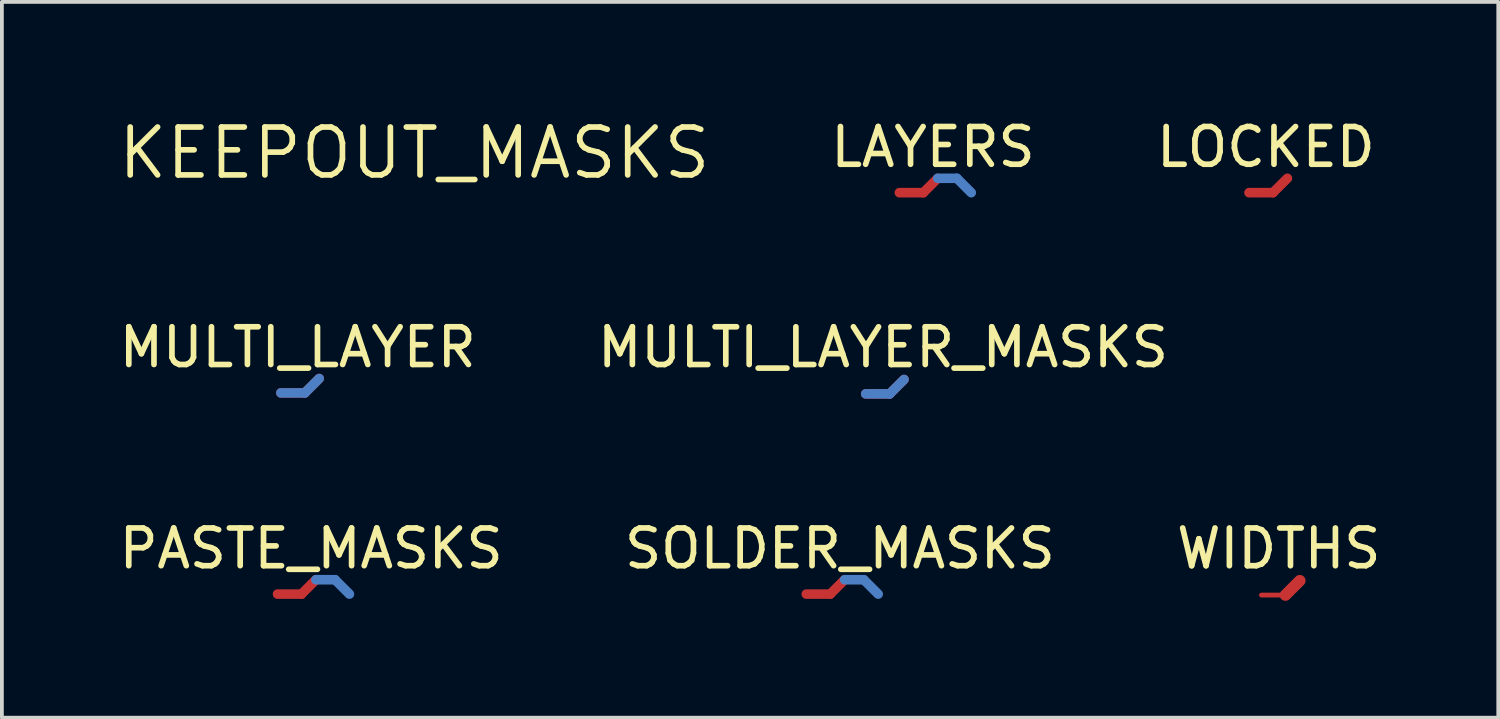
<source format=kicad_pcb>
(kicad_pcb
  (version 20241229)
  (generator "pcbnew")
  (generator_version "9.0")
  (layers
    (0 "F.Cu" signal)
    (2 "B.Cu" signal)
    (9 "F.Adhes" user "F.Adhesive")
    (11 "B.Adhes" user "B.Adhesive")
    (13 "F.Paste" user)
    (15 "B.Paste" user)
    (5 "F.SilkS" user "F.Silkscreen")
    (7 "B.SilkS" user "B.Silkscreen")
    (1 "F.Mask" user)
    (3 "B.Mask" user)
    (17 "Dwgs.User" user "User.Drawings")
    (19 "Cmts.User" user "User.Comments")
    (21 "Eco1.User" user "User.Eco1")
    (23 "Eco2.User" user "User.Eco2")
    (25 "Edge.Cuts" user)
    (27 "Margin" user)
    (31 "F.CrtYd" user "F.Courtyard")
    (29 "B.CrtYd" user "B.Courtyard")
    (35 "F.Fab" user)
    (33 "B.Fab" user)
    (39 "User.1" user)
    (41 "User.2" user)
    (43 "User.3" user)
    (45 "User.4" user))
  (footprint "MULTI_LAYER_MASKS"
    (layer "F.Cu")
    (at 19.892 7.388)
    (property "Reference" "MULTI_LAYER_MASKS" (at 0.459 -1.233 0) (unlocked yes) (layer "F.SilkS") (effects (font (size 1 1) (thickness 0.15))))
    (fp_line (start 0 0) (end 0.635 0) (stroke (width 0.254) (type solid)) (layer "F.Cu"))
    (fp_line (start 0.635 0) (end 1.016 -0.381) (stroke (width 0.254) (type solid)) (layer "F.Cu"))
    (fp_line (start 0 0) (end 0.635 0) (stroke (width 0.305) (type solid)) (layer "F.Mask"))
    (fp_line (start 0 0) (end 0.635 0) (stroke (width 0.254) (type solid)) (layer "B.Cu"))
    (fp_line (start 0.635 0) (end 1.016 -0.381) (stroke (width 0.254) (type solid)) (layer "B.Cu"))
    (fp_line (start 0 0) (end 0.635 0) (stroke (width 0.305) (type solid)) (layer "B.Mask"))
    (fp_line (start 0 0) (end 0.635 0) (stroke (width 0.254) (type solid)) (layer "In1.Cu"))
    (fp_line (start 0.635 0) (end 1.016 -0.381) (stroke (width 0.254) (type solid)) (layer "In1.Cu"))
    (fp_line (start 0 0) (end 0.635 0) (stroke (width 0.254) (type solid)) (layer "In2.Cu"))
    (fp_line (start 0.635 0) (end 1.016 -0.381) (stroke (width 0.254) (type solid)) (layer "In2.Cu"))
    (fp_line (start 0 0) (end 0.635 0) (stroke (width 0.254) (type solid)) (layer "In3.Cu"))
    (fp_line (start 0.635 0) (end 1.016 -0.381) (stroke (width 0.254) (type solid)) (layer "In3.Cu"))
    (fp_line (start 0 0) (end 0.635 0) (stroke (width 0.254) (type solid)) (layer "In4.Cu"))
    (fp_line (start 0.635 0) (end 1.016 -0.381) (stroke (width 0.254) (type solid)) (layer "In4.Cu"))
    (fp_line (start 0 0) (end 0.635 0) (stroke (width 0.254) (type solid)) (layer "In5.Cu"))
    (fp_line (start 0.635 0) (end 1.016 -0.381) (stroke (width 0.254) (type solid)) (layer "In5.Cu"))
    (fp_line (start 0.635 0) (end 1.016 -0.381) (stroke (width 0.305) (type solid)) (layer "F.Paste"))
    (fp_line (start 0 0) (end 0.635 0) (stroke (width 0.254) (type solid)) (layer "In6.Cu"))
    (fp_line (start 0.635 0) (end 1.016 -0.381) (stroke (width 0.254) (type solid)) (layer "In6.Cu"))
    (fp_line (start 0.635 0) (end 1.016 -0.381) (stroke (width 0.305) (type solid)) (layer "B.Paste"))
    (fp_line (start 0 0) (end 0.635 0) (stroke (width 0.254) (type solid)) (layer "In7.Cu"))
    (fp_line (start 0.635 0) (end 1.016 -0.381) (stroke (width 0.254) (type solid)) (layer "In7.Cu"))
    (fp_line (start 0 0) (end 0.635 0) (stroke (width 0.254) (type solid)) (layer "In8.Cu"))
    (fp_line (start 0.635 0) (end 1.016 -0.381) (stroke (width 0.254) (type solid)) (layer "In8.Cu"))
    (fp_line (start 0 0) (end 0.635 0) (stroke (width 0.254) (type solid)) (layer "In9.Cu"))
    (fp_line (start 0.635 0) (end 1.016 -0.381) (stroke (width 0.254) (type solid)) (layer "In9.Cu"))
    (fp_line (start 0 0) (end 0.635 0) (stroke (width 0.254) (type solid)) (layer "In10.Cu"))
    (fp_line (start 0.635 0) (end 1.016 -0.381) (stroke (width 0.254) (type solid)) (layer "In10.Cu"))
    (fp_line (start 0 0) (end 0.635 0) (stroke (width 0.254) (type solid)) (layer "In11.Cu"))
    (fp_line (start 0.635 0) (end 1.016 -0.381) (stroke (width 0.254) (type solid)) (layer "In11.Cu"))
    (fp_line (start 0 0) (end 0.635 0) (stroke (width 0.254) (type solid)) (layer "In12.Cu"))
    (fp_line (start 0.635 0) (end 1.016 -0.381) (stroke (width 0.254) (type solid)) (layer "In12.Cu"))
    (fp_line (start 0 0) (end 0.635 0) (stroke (width 0.254) (type solid)) (layer "In13.Cu"))
    (fp_line (start 0.635 0) (end 1.016 -0.381) (stroke (width 0.254) (type solid)) (layer "In13.Cu"))
    (fp_line (start 0 0) (end 0.635 0) (stroke (width 0.254) (type solid)) (layer "In14.Cu"))
    (fp_line (start 0.635 0) (end 1.016 -0.381) (stroke (width 0.254) (type solid)) (layer "In14.Cu"))
    (fp_line (start 0 0) (end 0.635 0) (stroke (width 0.254) (type solid)) (layer "In15.Cu"))
    (fp_line (start 0.635 0) (end 1.016 -0.381) (stroke (width 0.254) (type solid)) (layer "In15.Cu"))
    (fp_line (start 0 0) (end 0.635 0) (stroke (width 0.254) (type solid)) (layer "In16.Cu"))
    (fp_line (start 0.635 0) (end 1.016 -0.381) (stroke (width 0.254) (type solid)) (layer "In16.Cu"))
    (fp_line (start 0 0) (end 0.635 0) (stroke (width 0.254) (type solid)) (layer "In17.Cu"))
    (fp_line (start 0.635 0) (end 1.016 -0.381) (stroke (width 0.254) (type solid)) (layer "In17.Cu"))
    (fp_line (start 0 0) (end 0.635 0) (stroke (width 0.254) (type solid)) (layer "In18.Cu"))
    (fp_line (start 0.635 0) (end 1.016 -0.381) (stroke (width 0.254) (type solid)) (layer "In18.Cu"))
    (fp_line (start 0 0) (end 0.635 0) (stroke (width 0.254) (type solid)) (layer "In19.Cu"))
    (fp_line (start 0.635 0) (end 1.016 -0.381) (stroke (width 0.254) (type solid)) (layer "In19.Cu"))
    (fp_line (start 0 0) (end 0.635 0) (stroke (width 0.254) (type solid)) (layer "In20.Cu"))
    (fp_line (start 0.635 0) (end 1.016 -0.381) (stroke (width 0.254) (type solid)) (layer "In20.Cu"))
    (fp_line (start 0 0) (end 0.635 0) (stroke (width 0.254) (type solid)) (layer "In21.Cu"))
    (fp_line (start 0.635 0) (end 1.016 -0.381) (stroke (width 0.254) (type solid)) (layer "In21.Cu"))
    (fp_line (start 0 0) (end 0.635 0) (stroke (width 0.254) (type solid)) (layer "In22.Cu"))
    (fp_line (start 0.635 0) (end 1.016 -0.381) (stroke (width 0.254) (type solid)) (layer "In22.Cu"))
    (fp_line (start 0 0) (end 0.635 0) (stroke (width 0.254) (type solid)) (layer "In23.Cu"))
    (fp_line (start 0.635 0) (end 1.016 -0.381) (stroke (width 0.254) (type solid)) (layer "In23.Cu"))
    (fp_line (start 0 0) (end 0.635 0) (stroke (width 0.254) (type solid)) (layer "In24.Cu"))
    (fp_line (start 0.635 0) (end 1.016 -0.381) (stroke (width 0.254) (type solid)) (layer "In24.Cu"))
    (fp_line (start 0 0) (end 0.635 0) (stroke (width 0.254) (type solid)) (layer "In25.Cu"))
    (fp_line (start 0.635 0) (end 1.016 -0.381) (stroke (width 0.254) (type solid)) (layer "In25.Cu"))
    (fp_line (start 0 0) (end 0.635 0) (stroke (width 0.254) (type solid)) (layer "In26.Cu"))
    (fp_line (start 0.635 0) (end 1.016 -0.381) (stroke (width 0.254) (type solid)) (layer "In26.Cu"))
    (fp_line (start 0 0) (end 0.635 0) (stroke (width 0.254) (type solid)) (layer "In27.Cu"))
    (fp_line (start 0.635 0) (end 1.016 -0.381) (stroke (width 0.254) (type solid)) (layer "In27.Cu"))
    (fp_line (start 0 0) (end 0.635 0) (stroke (width 0.254) (type solid)) (layer "In28.Cu"))
    (fp_line (start 0.635 0) (end 1.016 -0.381) (stroke (width 0.254) (type solid)) (layer "In28.Cu"))
    (fp_line (start 0 0) (end 0.635 0) (stroke (width 0.254) (type solid)) (layer "In29.Cu"))
    (fp_line (start 0.635 0) (end 1.016 -0.381) (stroke (width 0.254) (type solid)) (layer "In29.Cu"))
    (fp_line (start 0 0) (end 0.635 0) (stroke (width 0.254) (type solid)) (layer "In30.Cu"))
    (fp_line (start 0.635 0) (end 1.016 -0.381) (stroke (width 0.254) (type solid)) (layer "In30.Cu")))
  (footprint "KEEPOUT_MASKS"
    (layer "F.Cu")
    (at 7.93 1.006)
    (property "Reference" "KEEPOUT_MASKS" (at 0 0 0) (layer "F.SilkS") (effects (font (size 1.27 1.27) (thickness 0.15))))
    (fp_line (start 0 0) (end 0.635 0) (stroke (width 0.356) (type solid)) (layer "F.Mask"))
    (fp_line (start 0.635 0) (end 1.016 -0.381) (stroke (width 0.356) (type solid)) (layer "B.Paste"))
    (zone (net_name "") (layer "F.Cu") (hatch edge 0.508) (connect_pads) (min_thickness 0.254) (filled_areas_thickness no) (keepout (tracks not_allowed) (vias not_allowed) (pads not_allowed) (copperpour not_allowed) (footprints allowed)) (placement (enabled no)) (fill) (polygon (pts (xy 8.6 0.884) (xy 8.661 0.923) (xy 8.69 0.988) (xy 8.68 1.059) (xy 8.633 1.113) (xy 8.565 1.133) (xy 7.93 1.133) (xy 7.894 1.128) (xy 7.834 1.089) (xy 7.804 1.024) (xy 7.814 0.953) (xy 7.861 0.899) (xy 7.93 0.879) (xy 8.565 0.879))))
    (zone (net_name "") (layer "B.Cu") (hatch edge 0.508) (connect_pads) (min_thickness 0.254) (filled_areas_thickness no) (keepout (tracks not_allowed) (vias not_allowed) (pads not_allowed) (copperpour not_allowed) (footprints allowed)) (placement (enabled no)) (fill) (polygon (pts (xy 8.885 0.514) (xy 8.955 0.499) (xy 9.022 0.524) (xy 9.065 0.581) (xy 9.07 0.652) (xy 9.035 0.715) (xy 8.654 1.096) (xy 8.626 1.118) (xy 8.556 1.133) (xy 8.489 1.108) (xy 8.446 1.051) (xy 8.441 0.979) (xy 8.475 0.916) (xy 8.856 0.535)))))
  (footprint "LOCKED"
    (layer "F.Cu")
    (at 30.05 2.056)
    (property "Reference" "LOCKED" (at 0.447 -1.208 0) (unlocked yes) (layer "F.SilkS") (effects (font (size 1 1) (thickness 0.15))))
    (fp_line (start 0 0) (end 0.635 0) (stroke (width 0.254) (type solid)) (layer "F.Cu"))
    (fp_line (start 0.635 0) (end 1.016 -0.381) (stroke (width 0.254) (type solid)) (layer "F.Cu")))
  (footprint "WIDTHS"
    (layer "F.Cu")
    (at 30.38 12.72)
    (property "Reference" "WIDTHS" (at 0.459 -1.233 0) (unlocked yes) (layer "F.SilkS") (effects (font (size 1 1) (thickness 0.15))))
    (fp_line (start 0 0) (end 0.635 0) (stroke (width 0.127) (type solid)) (layer "F.Cu"))
    (fp_line (start 0.635 0) (end 1.016 -0.381) (stroke (width 0.305) (type solid)) (layer "F.Cu")))
  (footprint "PASTE_MASKS"
    (layer "F.Cu")
    (at 4.305 12.694)
    (property "Reference" "PASTE_MASKS" (at 0.891 -1.208 0) (unlocked yes) (layer "F.SilkS") (effects (font (size 1 1) (thickness 0.15))))
    (fp_line (start 0 0) (end 0.635 0) (stroke (width 0.254) (type solid)) (layer "F.Cu"))
    (fp_line (start 0.635 0) (end 1.016 -0.381) (stroke (width 0.254) (type solid)) (layer "F.Cu"))
    (fp_line (start 1.016 -0.381) (end 1.524 -0.381) (stroke (width 0.254) (type solid)) (layer "B.Cu"))
    (fp_line (start 1.524 -0.381) (end 1.905 0) (stroke (width 0.254) (type solid)) (layer "B.Cu"))
    (fp_line (start 0 0) (end 0.635 0) (stroke (width 0.356) (type solid)) (layer "F.Paste"))
    (fp_line (start 0.635 0) (end 1.016 -0.381) (stroke (width 0.254) (type solid)) (layer "F.Paste"))
    (fp_line (start 1.016 -0.381) (end 1.524 -0.381) (stroke (width 0.152) (type solid)) (layer "B.Paste")))
  (footprint "LAYERS"
    (layer "F.Cu")
    (at 20.784 2.056)
    (property "Reference" "LAYERS" (at 0.891 -1.208 0) (unlocked yes) (layer "F.SilkS") (effects (font (size 1 1) (thickness 0.15))))
    (fp_line (start 0 0) (end 0.635 0) (stroke (width 0.254) (type solid)) (layer "F.Cu"))
    (fp_line (start 0.635 0) (end 1.016 -0.381) (stroke (width 0.254) (type solid)) (layer "F.Cu"))
    (fp_line (start 1.016 -0.381) (end 1.524 -0.381) (stroke (width 0.254) (type solid)) (layer "B.Cu"))
    (fp_line (start 1.524 -0.381) (end 1.905 0) (stroke (width 0.254) (type solid)) (layer "B.Cu")))
  (footprint "SOLDER_MASKS"
    (layer "F.Cu")
    (at 18.317 12.694)
    (property "Reference" "SOLDER_MASKS" (at 0.891 -1.208 0) (unlocked yes) (layer "F.SilkS") (effects (font (size 1 1) (thickness 0.15))))
    (fp_line (start 0 0) (end 0.635 0) (stroke (width 0.254) (type solid)) (layer "F.Cu"))
    (fp_line (start 0.635 0) (end 1.016 -0.381) (stroke (width 0.254) (type solid)) (layer "F.Cu"))
    (fp_line (start 0 0) (end 0.635 0) (stroke (width 0.356) (type solid)) (layer "F.Mask"))
    (fp_line (start 0.635 0) (end 1.016 -0.381) (stroke (width 0.254) (type solid)) (layer "F.Mask"))
    (fp_line (start 1.016 -0.381) (end 1.524 -0.381) (stroke (width 0.254) (type solid)) (layer "B.Cu"))
    (fp_line (start 1.524 -0.381) (end 1.905 0) (stroke (width 0.254) (type solid)) (layer "B.Cu"))
    (fp_line (start 1.016 -0.381) (end 1.524 -0.381) (stroke (width 0.152) (type solid)) (layer "B.Mask")))
  (footprint "MULTI_LAYER"
    (layer "F.Cu")
    (at 4.393 7.362)
    (property "Reference" "MULTI_LAYER" (at 0.447 -1.208 0) (unlocked yes) (layer "F.SilkS") (effects (font (size 1 1) (thickness 0.15))))
    (fp_line (start 0 0) (end 0.635 0) (stroke (width 0.254) (type solid)) (layer "F.Cu"))
    (fp_line (start 0.635 0) (end 1.016 -0.381) (stroke (width 0.254) (type solid)) (layer "F.Cu"))
    (fp_line (start 0 0) (end 0.635 0) (stroke (width 0.254) (type solid)) (layer "B.Cu"))
    (fp_line (start 0.635 0) (end 1.016 -0.381) (stroke (width 0.254) (type solid)) (layer "B.Cu"))
    (fp_line (start 0 0) (end 0.635 0) (stroke (width 0.254) (type solid)) (layer "In1.Cu"))
    (fp_line (start 0.635 0) (end 1.016 -0.381) (stroke (width 0.254) (type solid)) (layer "In1.Cu"))
    (fp_line (start 0 0) (end 0.635 0) (stroke (width 0.254) (type solid)) (layer "In2.Cu"))
    (fp_line (start 0.635 0) (end 1.016 -0.381) (stroke (width 0.254) (type solid)) (layer "In2.Cu"))
    (fp_line (start 0 0) (end 0.635 0) (stroke (width 0.254) (type solid)) (layer "In3.Cu"))
    (fp_line (start 0.635 0) (end 1.016 -0.381) (stroke (width 0.254) (type solid)) (layer "In3.Cu"))
    (fp_line (start 0 0) (end 0.635 0) (stroke (width 0.254) (type solid)) (layer "In4.Cu"))
    (fp_line (start 0.635 0) (end 1.016 -0.381) (stroke (width 0.254) (type solid)) (layer "In4.Cu"))
    (fp_line (start 0 0) (end 0.635 0) (stroke (width 0.254) (type solid)) (layer "In5.Cu"))
    (fp_line (start 0.635 0) (end 1.016 -0.381) (stroke (width 0.254) (type solid)) (layer "In5.Cu"))
    (fp_line (start 0 0) (end 0.635 0) (stroke (width 0.254) (type solid)) (layer "In6.Cu"))
    (fp_line (start 0.635 0) (end 1.016 -0.381) (stroke (width 0.254) (type solid)) (layer "In6.Cu"))
    (fp_line (start 0 0) (end 0.635 0) (stroke (width 0.254) (type solid)) (layer "In7.Cu"))
    (fp_line (start 0.635 0) (end 1.016 -0.381) (stroke (width 0.254) (type solid)) (layer "In7.Cu"))
    (fp_line (start 0 0) (end 0.635 0) (stroke (width 0.254) (type solid)) (layer "In8.Cu"))
    (fp_line (start 0.635 0) (end 1.016 -0.381) (stroke (width 0.254) (type solid)) (layer "In8.Cu"))
    (fp_line (start 0 0) (end 0.635 0) (stroke (width 0.254) (type solid)) (layer "In9.Cu"))
    (fp_line (start 0.635 0) (end 1.016 -0.381) (stroke (width 0.254) (type solid)) (layer "In9.Cu"))
    (fp_line (start 0 0) (end 0.635 0) (stroke (width 0.254) (type solid)) (layer "In10.Cu"))
    (fp_line (start 0.635 0) (end 1.016 -0.381) (stroke (width 0.254) (type solid)) (layer "In10.Cu"))
    (fp_line (start 0 0) (end 0.635 0) (stroke (width 0.254) (type solid)) (layer "In11.Cu"))
    (fp_line (start 0.635 0) (end 1.016 -0.381) (stroke (width 0.254) (type solid)) (layer "In11.Cu"))
    (fp_line (start 0 0) (end 0.635 0) (stroke (width 0.254) (type solid)) (layer "In12.Cu"))
    (fp_line (start 0.635 0) (end 1.016 -0.381) (stroke (width 0.254) (type solid)) (layer "In12.Cu"))
    (fp_line (start 0 0) (end 0.635 0) (stroke (width 0.254) (type solid)) (layer "In13.Cu"))
    (fp_line (start 0.635 0) (end 1.016 -0.381) (stroke (width 0.254) (type solid)) (layer "In13.Cu"))
    (fp_line (start 0 0) (end 0.635 0) (stroke (width 0.254) (type solid)) (layer "In14.Cu"))
    (fp_line (start 0.635 0) (end 1.016 -0.381) (stroke (width 0.254) (type solid)) (layer "In14.Cu"))
    (fp_line (start 0 0) (end 0.635 0) (stroke (width 0.254) (type solid)) (layer "In15.Cu"))
    (fp_line (start 0.635 0) (end 1.016 -0.381) (stroke (width 0.254) (type solid)) (layer "In15.Cu"))
    (fp_line (start 0 0) (end 0.635 0) (stroke (width 0.254) (type solid)) (layer "In16.Cu"))
    (fp_line (start 0.635 0) (end 1.016 -0.381) (stroke (width 0.254) (type solid)) (layer "In16.Cu"))
    (fp_line (start 0 0) (end 0.635 0) (stroke (width 0.254) (type solid)) (layer "In17.Cu"))
    (fp_line (start 0.635 0) (end 1.016 -0.381) (stroke (width 0.254) (type solid)) (layer "In17.Cu"))
    (fp_line (start 0 0) (end 0.635 0) (stroke (width 0.254) (type solid)) (layer "In18.Cu"))
    (fp_line (start 0.635 0) (end 1.016 -0.381) (stroke (width 0.254) (type solid)) (layer "In18.Cu"))
    (fp_line (start 0 0) (end 0.635 0) (stroke (width 0.254) (type solid)) (layer "In19.Cu"))
    (fp_line (start 0.635 0) (end 1.016 -0.381) (stroke (width 0.254) (type solid)) (layer "In19.Cu"))
    (fp_line (start 0 0) (end 0.635 0) (stroke (width 0.254) (type solid)) (layer "In20.Cu"))
    (fp_line (start 0.635 0) (end 1.016 -0.381) (stroke (width 0.254) (type solid)) (layer "In20.Cu"))
    (fp_line (start 0 0) (end 0.635 0) (stroke (width 0.254) (type solid)) (layer "In21.Cu"))
    (fp_line (start 0.635 0) (end 1.016 -0.381) (stroke (width 0.254) (type solid)) (layer "In21.Cu"))
    (fp_line (start 0 0) (end 0.635 0) (stroke (width 0.254) (type solid)) (layer "In22.Cu"))
    (fp_line (start 0.635 0) (end 1.016 -0.381) (stroke (width 0.254) (type solid)) (layer "In22.Cu"))
    (fp_line (start 0 0) (end 0.635 0) (stroke (width 0.254) (type solid)) (layer "In23.Cu"))
    (fp_line (start 0.635 0) (end 1.016 -0.381) (stroke (width 0.254) (type solid)) (layer "In23.Cu"))
    (fp_line (start 0 0) (end 0.635 0) (stroke (width 0.254) (type solid)) (layer "In24.Cu"))
    (fp_line (start 0.635 0) (end 1.016 -0.381) (stroke (width 0.254) (type solid)) (layer "In24.Cu"))
    (fp_line (start 0 0) (end 0.635 0) (stroke (width 0.254) (type solid)) (layer "In25.Cu"))
    (fp_line (start 0.635 0) (end 1.016 -0.381) (stroke (width 0.254) (type solid)) (layer "In25.Cu"))
    (fp_line (start 0 0) (end 0.635 0) (stroke (width 0.254) (type solid)) (layer "In26.Cu"))
    (fp_line (start 0.635 0) (end 1.016 -0.381) (stroke (width 0.254) (type solid)) (layer "In26.Cu"))
    (fp_line (start 0 0) (end 0.635 0) (stroke (width 0.254) (type solid)) (layer "In27.Cu"))
    (fp_line (start 0.635 0) (end 1.016 -0.381) (stroke (width 0.254) (type solid)) (layer "In27.Cu"))
    (fp_line (start 0 0) (end 0.635 0) (stroke (width 0.254) (type solid)) (layer "In28.Cu"))
    (fp_line (start 0.635 0) (end 1.016 -0.381) (stroke (width 0.254) (type solid)) (layer "In28.Cu"))
    (fp_line (start 0 0) (end 0.635 0) (stroke (width 0.254) (type solid)) (layer "In29.Cu"))
    (fp_line (start 0.635 0) (end 1.016 -0.381) (stroke (width 0.254) (type solid)) (layer "In29.Cu"))
    (fp_line (start 0 0) (end 0.635 0) (stroke (width 0.254) (type solid)) (layer "In30.Cu"))
    (fp_line (start 0.635 0) (end 1.016 -0.381) (stroke (width 0.254) (type solid)) (layer "In30.Cu")))
  (gr_rect
    (start -3 -3)
    (end 36.655 15.97)
    (stroke (width 0.1) (type default))
    (fill no)
    (layer "Edge.Cuts")))
</source>
